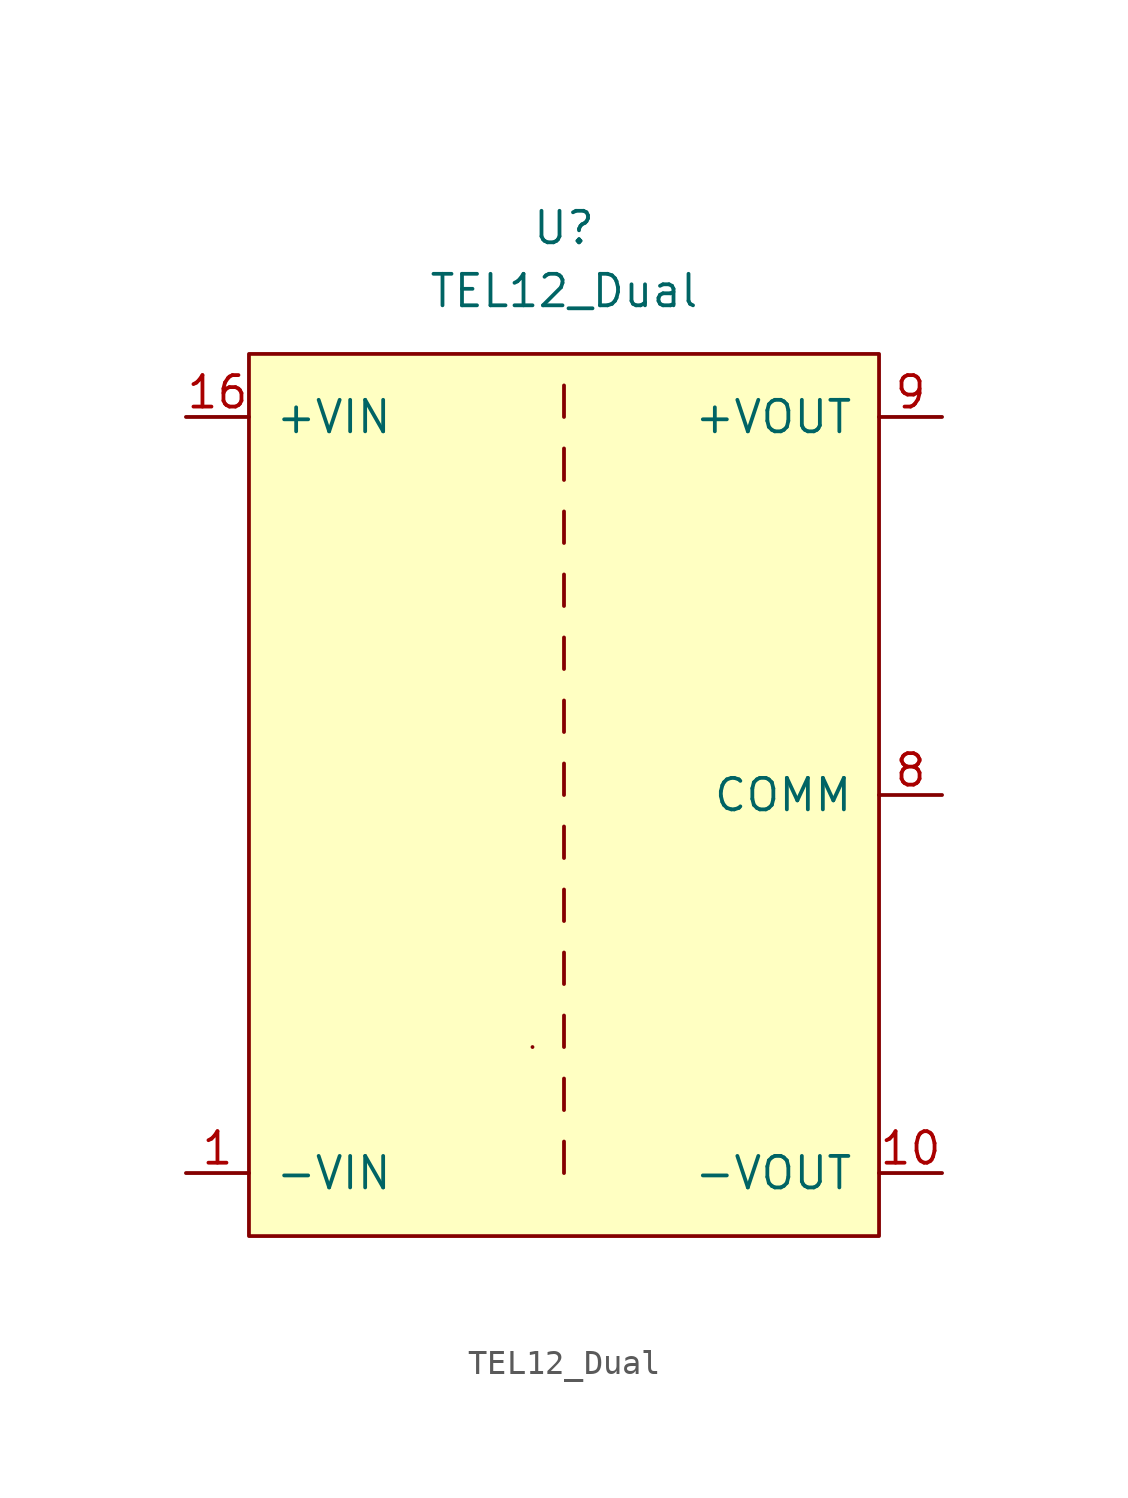
<source format=kicad_sym>
(kicad_symbol_lib
  (version 20211014)
  (generator kicad_symbol_editor)
  (symbol "TEL12_Dual"
    (pin_names
      (offset 1.016))
    (property "Reference" "U"
      (at 0 22.86 0)
      (effects (font (size 1.27 1.27))))
    (property "Value" "TEL12_Dual"
      (at 0 20.32 0)
      (effects (font (size 1.27 1.27))))
    (symbol "TEL12_Dual_0_1"
      (rectangle (start -12.7 17.78) (end 12.7 -17.78) (stroke (width 0.152) (type default) (color 0 0 0 0)) (fill (type background)))
      (rectangle (start -1.27 -10.16) (end -1.27 -10.16) (stroke (width 0) (type default) (color 0 0 0 0)) (fill (type none)))
      (polyline (pts (xy 0 -13.97) (xy 0 -15.24)) (stroke (width 0) (type default) (color 0 0 0 0)) (fill (type none)))
      (polyline (pts (xy 0 -11.43) (xy 0 -12.7)) (stroke (width 0) (type default) (color 0 0 0 0)) (fill (type none)))
      (polyline (pts (xy 0 -8.89) (xy 0 -10.16)) (stroke (width 0) (type default) (color 0 0 0 0)) (fill (type none)))
      (polyline (pts (xy 0 -6.35) (xy 0 -7.62)) (stroke (width 0) (type default) (color 0 0 0 0)) (fill (type none)))
      (polyline (pts (xy 0 -3.81) (xy 0 -5.08)) (stroke (width 0) (type default) (color 0 0 0 0)) (fill (type none)))
      (polyline (pts (xy 0 -1.27) (xy 0 -2.54)) (stroke (width 0) (type default) (color 0 0 0 0)) (fill (type none)))
      (polyline (pts (xy 0 1.27) (xy 0 0)) (stroke (width 0) (type default) (color 0 0 0 0)) (fill (type none)))
      (polyline (pts (xy 0 3.81) (xy 0 2.54)) (stroke (width 0) (type default) (color 0 0 0 0)) (fill (type none)))
      (polyline (pts (xy 0 6.35) (xy 0 5.08)) (stroke (width 0) (type default) (color 0 0 0 0)) (fill (type none)))
      (polyline (pts (xy 0 8.89) (xy 0 7.62)) (stroke (width 0) (type default) (color 0 0 0 0)) (fill (type none)))
      (polyline (pts (xy 0 11.43) (xy 0 10.16)) (stroke (width 0) (type default) (color 0 0 0 0)) (fill (type none)))
      (polyline (pts (xy 0 13.97) (xy 0 12.7)) (stroke (width 0) (type default) (color 0 0 0 0)) (fill (type none)))
      (polyline (pts (xy 0 16.51) (xy 0 15.24)) (stroke (width 0) (type default) (color 0 0 0 0)) (fill (type none))))
    (symbol "TEL12_Dual_1_1"
      (pin passive line (at -15.24 -15.24 0) (length 2.54) (name "-VIN" (effects (font (size 1.27 1.27)))) (number "1" (effects (font (size 1.27 1.27)))))
      (pin passive line (at 15.24 -15.24 180) (length 2.54) (name "-VOUT" (effects (font (size 1.27 1.27)))) (number "10" (effects (font (size 1.27 1.27)))))
      (pin passive line (at -15.24 15.24 0) (length 2.54) (name "+VIN" (effects (font (size 1.27 1.27)))) (number "16" (effects (font (size 1.27 1.27)))))
      (pin passive line (at 15.24 0 180) (length 2.54) (name "COMM" (effects (font (size 1.27 1.27)))) (number "8" (effects (font (size 1.27 1.27)))))
      (pin passive line (at 15.24 15.24 180) (length 2.54) (name "+VOUT" (effects (font (size 1.27 1.27)))) (number "9" (effects (font (size 1.27 1.27))))))))
</source>
